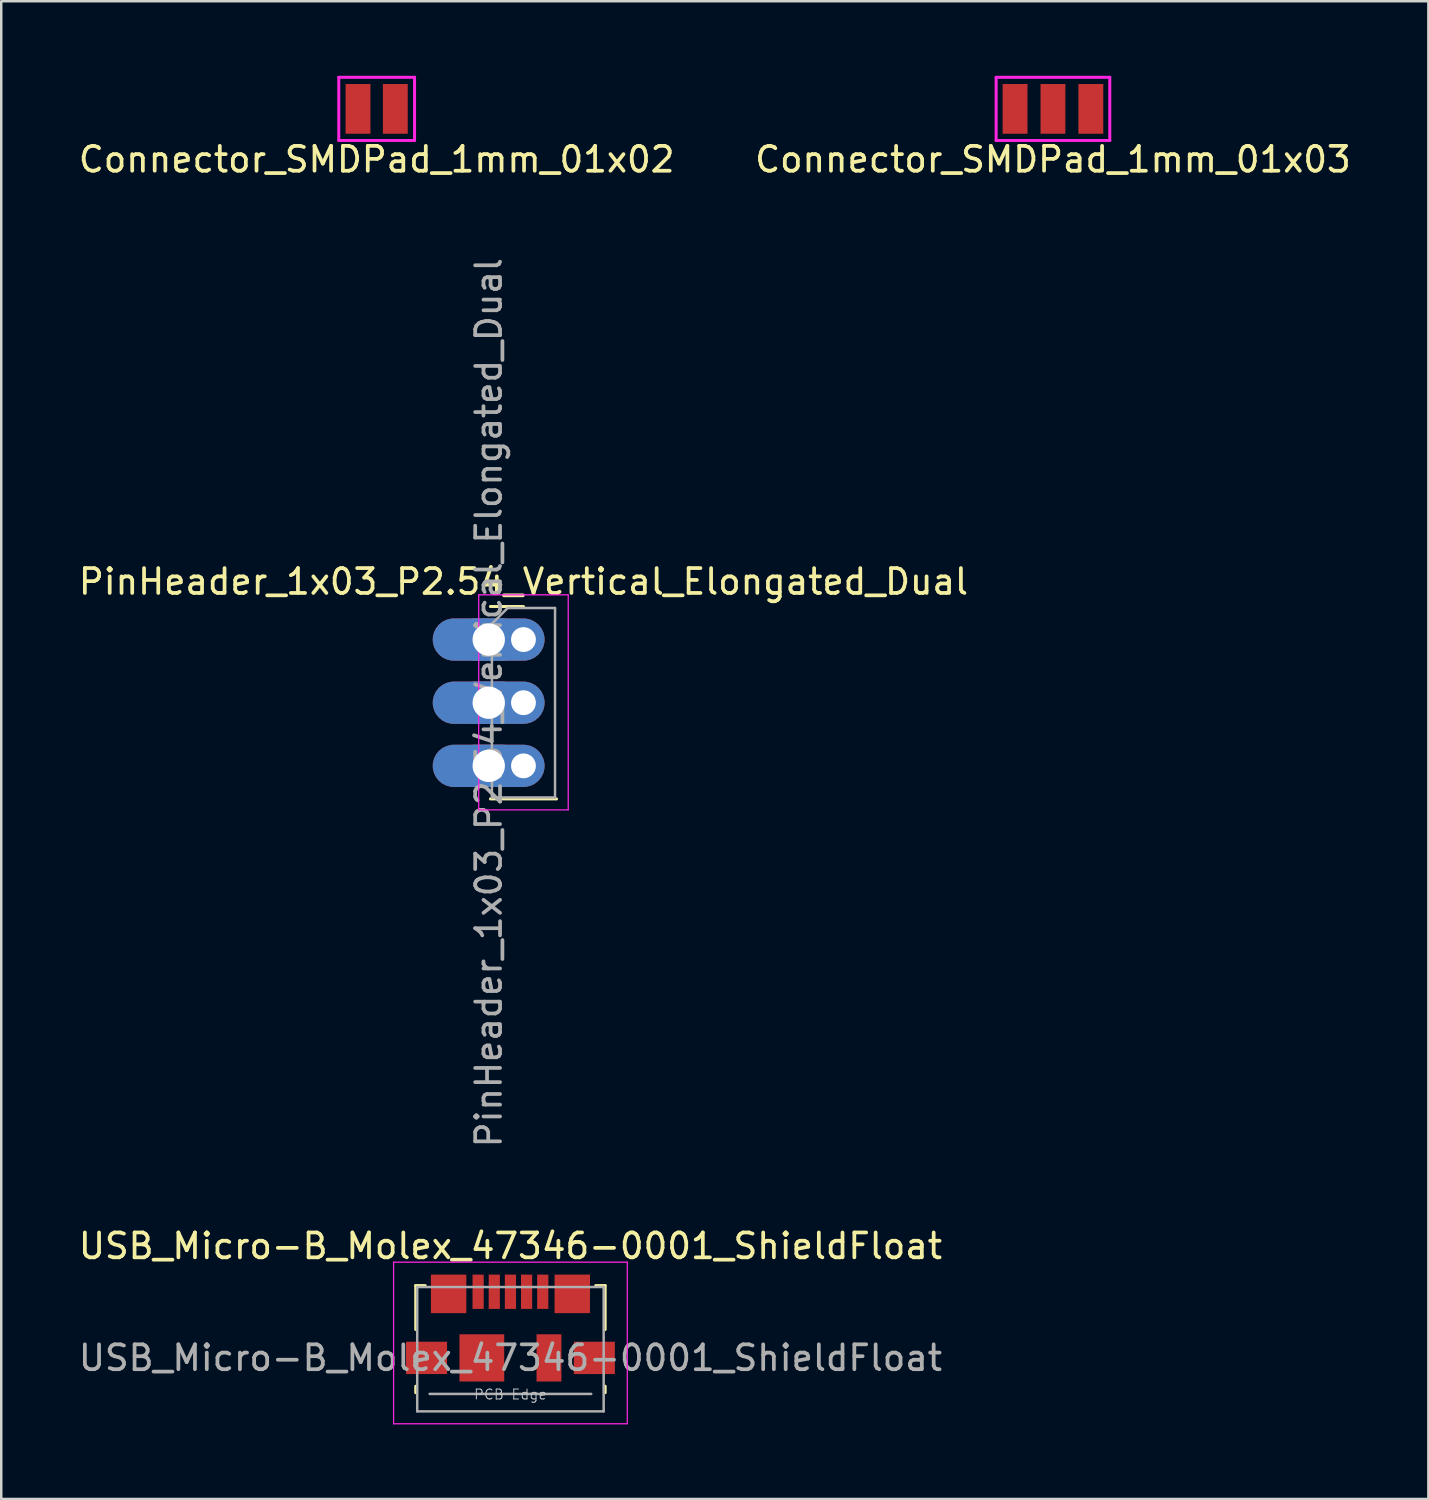
<source format=kicad_pcb>
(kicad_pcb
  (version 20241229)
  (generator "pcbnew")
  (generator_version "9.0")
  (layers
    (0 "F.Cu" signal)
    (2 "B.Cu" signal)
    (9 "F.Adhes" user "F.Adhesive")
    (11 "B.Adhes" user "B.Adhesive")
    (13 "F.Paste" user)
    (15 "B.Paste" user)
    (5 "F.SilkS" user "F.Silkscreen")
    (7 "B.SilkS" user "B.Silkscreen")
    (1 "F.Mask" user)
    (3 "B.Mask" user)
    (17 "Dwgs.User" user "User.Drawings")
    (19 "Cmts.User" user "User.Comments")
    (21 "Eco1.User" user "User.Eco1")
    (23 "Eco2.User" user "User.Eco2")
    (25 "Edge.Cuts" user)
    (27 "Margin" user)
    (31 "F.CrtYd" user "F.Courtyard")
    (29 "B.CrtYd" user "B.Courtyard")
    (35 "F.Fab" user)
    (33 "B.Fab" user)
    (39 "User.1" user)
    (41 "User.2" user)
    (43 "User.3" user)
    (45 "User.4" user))
  (footprint "Connector_SMDPad_1mm_01x03"
    (layer "F.Cu")
    (at 39.304 1.33)
    (property "Reference" "Connector_SMDPad_1mm_01x03" (at 0 2.032 0) (layer "F.SilkS") (effects (font (size 1 1) (thickness 0.15))))
    (attr through_hole)
    (fp_line (start -2.286 -1.27) (end 2.286 -1.27) (stroke (width 0.12) (type solid)) (layer "F.CrtYd"))
    (fp_line (start -2.286 1.27) (end -2.286 -1.27) (stroke (width 0.12) (type solid)) (layer "F.CrtYd"))
    (fp_line (start 2.286 -1.27) (end 2.286 1.27) (stroke (width 0.12) (type solid)) (layer "F.CrtYd"))
    (fp_line (start 2.286 1.27) (end -2.286 1.27) (stroke (width 0.12) (type solid)) (layer "F.CrtYd"))
    (pad "1" smd rect (at -1.524 0) (size 1 2) (layers "F.Cu" "F.Mask" "F.Paste"))
    (pad "2" smd rect (at 0 0) (size 1 2) (layers "F.Cu" "F.Mask" "F.Paste"))
    (pad "3" smd rect (at 1.524 0) (size 1 2) (layers "F.Cu" "F.Mask" "F.Paste")))
  (footprint "PinHeader_1x03_P2.54_Vertical_Elongated_Dual"
    (layer "F.Cu")
    (at 18.006 22.676)
    (property "Reference" "PinHeader_1x03_P2.54_Vertical_Elongated_Dual" (at 0 -2.33 0) (layer "F.SilkS") (effects (font (size 1 1) (thickness 0.15))))
    (attr through_hole)
    (fp_line (start -1.33 -1.33) (end 0 -1.33) (stroke (width 0.12) (type solid)) (layer "F.SilkS"))
    (fp_line (start -1.33 6.41) (end 1.33 6.41) (stroke (width 0.12) (type solid)) (layer "F.SilkS"))
    (fp_line (start -1.8 -1.8) (end -1.8 6.85) (stroke (width 0.05) (type solid)) (layer "F.CrtYd"))
    (fp_line (start -1.8 6.85) (end 1.8 6.85) (stroke (width 0.05) (type solid)) (layer "F.CrtYd"))
    (fp_line (start 1.8 -1.8) (end -1.8 -1.8) (stroke (width 0.05) (type solid)) (layer "F.CrtYd"))
    (fp_line (start 1.8 6.85) (end 1.8 -1.8) (stroke (width 0.05) (type solid)) (layer "F.CrtYd"))
    (fp_line (start -1.27 -0.635) (end -0.635 -1.27) (stroke (width 0.1) (type solid)) (layer "F.Fab"))
    (fp_line (start -1.27 6.35) (end -1.27 -0.635) (stroke (width 0.1) (type solid)) (layer "F.Fab"))
    (fp_line (start -0.635 -1.27) (end 1.27 -1.27) (stroke (width 0.1) (type solid)) (layer "F.Fab"))
    (fp_line (start 1.27 -1.27) (end 1.27 6.35) (stroke (width 0.1) (type solid)) (layer "F.Fab"))
    (fp_line (start 1.27 6.35) (end -1.27 6.35) (stroke (width 0.1) (type solid)) (layer "F.Fab"))
    (fp_text user "${REFERENCE}" (at -1.397 2.54 90) (layer "F.Fab") (effects (font (size 1 1) (thickness 0.15))))
    (pad "1" thru_hole oval (at -1.397 0) (size 2.8 1.7) (drill 1.3) (layers "*.Cu" "*.Mask"))
    (pad "1" thru_hole roundrect (at 0 0) (size 4.5 1.7) (drill 1 (offset -1.4 0)) (layers "*.Cu" "*.Mask") (roundrect_rratio 0.5))
    (pad "2" thru_hole oval (at -1.397 2.54) (size 2.8 1.7) (drill 1.3) (layers "*.Cu" "*.Mask"))
    (pad "2" thru_hole roundrect (at 0 2.54) (size 4.5 1.7) (drill 1 (offset -1.4 0)) (layers "*.Cu" "*.Mask") (roundrect_rratio 0.5))
    (pad "3" thru_hole oval (at -1.397 5.08) (size 2.8 1.7) (drill 1.3) (layers "*.Cu" "*.Mask"))
    (pad "3" thru_hole roundrect (at 0 5.08) (size 4.5 1.7) (drill 1 (offset -1.4 0)) (layers "*.Cu" "*.Mask") (roundrect_rratio 0.5)))
  (footprint "USB_Micro-B_Molex_47346-0001_ShieldFloat"
    (layer "F.Cu")
    (at 17.482 50.37)
    (property "Reference" "USB_Micro-B_Molex_47346-0001_ShieldFloat" (at 0 -3.3 180) (layer "F.SilkS") (effects (font (size 1 1) (thickness 0.15))))
    (attr smd)
    (fp_line (start -3.81 -1.71) (end -3.43 -1.71) (stroke (width 0.12) (type solid)) (layer "F.SilkS"))
    (fp_line (start -3.81 0.06) (end -3.81 -1.71) (stroke (width 0.12) (type solid)) (layer "F.SilkS"))
    (fp_line (start -3.81 2.6) (end -3.81 2.34) (stroke (width 0.12) (type solid)) (layer "F.SilkS"))
    (fp_line (start 3.81 -1.71) (end 3.43 -1.71) (stroke (width 0.12) (type solid)) (layer "F.SilkS"))
    (fp_line (start 3.81 -1.71) (end 3.81 0.06) (stroke (width 0.12) (type solid)) (layer "F.SilkS"))
    (fp_line (start 3.81 2.34) (end 3.81 2.6) (stroke (width 0.12) (type solid)) (layer "F.SilkS"))
    (fp_line (start -4.7 -2.65) (end 4.7 -2.65) (stroke (width 0.05) (type solid)) (layer "F.CrtYd"))
    (fp_line (start -4.7 3.85) (end -4.7 -2.65) (stroke (width 0.05) (type solid)) (layer "F.CrtYd"))
    (fp_line (start 4.7 -2.65) (end 4.7 3.85) (stroke (width 0.05) (type solid)) (layer "F.CrtYd"))
    (fp_line (start 4.7 3.85) (end -4.7 3.85) (stroke (width 0.05) (type solid)) (layer "F.CrtYd"))
    (fp_line (start -3.75 -1.65) (end 3.75 -1.65) (stroke (width 0.1) (type solid)) (layer "F.Fab"))
    (fp_line (start -3.75 3.35) (end -3.75 -1.65) (stroke (width 0.1) (type solid)) (layer "F.Fab"))
    (fp_line (start -3.25 2.65) (end 3.25 2.65) (stroke (width 0.1) (type solid)) (layer "F.Fab"))
    (fp_line (start 3.75 -1.65) (end 3.75 3.35) (stroke (width 0.1) (type solid)) (layer "F.Fab"))
    (fp_line (start 3.75 3.35) (end -3.75 3.35) (stroke (width 0.1) (type solid)) (layer "F.Fab"))
    (fp_text user "PCB Edge" (at 0 2.67 180) (layer "Dwgs.User") (effects (font (size 0.4 0.4) (thickness 0.04))))
    (fp_text user "${REFERENCE}" (at 0 1.2 0) (layer "F.Fab") (effects (font (size 1 1) (thickness 0.15))))
    (pad "" smd rect (at -3.375 1.2) (size 1.65 1.3) (layers "F.Cu" "F.Mask" "F.Paste"))
    (pad "" smd rect (at -2.487 -1.375) (size 1.425 1.55) (layers "F.Cu" "F.Mask" "F.Paste"))
    (pad "" smd rect (at -1.15 1.2) (size 1.8 1.9) (layers "F.Cu" "F.Mask" "F.Paste"))
    (pad "" smd rect (at 1.55 1.2) (size 1 1.9) (layers "F.Cu" "F.Mask" "F.Paste"))
    (pad "" smd rect (at 3.375 1.2) (size 1.65 1.3) (layers "F.Cu" "F.Mask" "F.Paste"))
    (pad "1" smd rect (at -1.3 -1.46) (size 0.45 1.38) (layers "F.Cu" "F.Mask" "F.Paste"))
    (pad "2" smd rect (at -0.65 -1.46) (size 0.45 1.38) (layers "F.Cu" "F.Mask" "F.Paste"))
    (pad "3" smd rect (at 0 -1.46) (size 0.45 1.38) (layers "F.Cu" "F.Mask" "F.Paste"))
    (pad "4" smd rect (at 0.65 -1.46) (size 0.45 1.38) (layers "F.Cu" "F.Mask" "F.Paste"))
    (pad "5" smd rect (at 1.3 -1.46) (size 0.45 1.38) (layers "F.Cu" "F.Mask" "F.Paste"))
    (pad "6" smd rect (at 2.487 -1.375) (size 1.425 1.55) (layers "F.Cu" "F.Mask" "F.Paste")))
  (footprint "Connector_SMDPad_1mm_01x02"
    (layer "F.Cu")
    (at 12.101 1.33)
    (property "Reference" "Connector_SMDPad_1mm_01x02" (at 0 2.032 0) (layer "F.SilkS") (effects (font (size 1 1) (thickness 0.15))))
    (attr through_hole)
    (fp_line (start -1.524 -1.27) (end 1.524 -1.27) (stroke (width 0.12) (type solid)) (layer "F.CrtYd"))
    (fp_line (start -1.524 1.27) (end -1.524 -1.27) (stroke (width 0.12) (type solid)) (layer "F.CrtYd"))
    (fp_line (start 1.524 -1.27) (end 1.524 1.27) (stroke (width 0.12) (type solid)) (layer "F.CrtYd"))
    (fp_line (start 1.524 1.27) (end -1.524 1.27) (stroke (width 0.12) (type solid)) (layer "F.CrtYd"))
    (pad "1" smd rect (at -0.75 0) (size 1 2) (layers "F.Cu" "F.Mask" "F.Paste"))
    (pad "2" smd rect (at 0.75 0) (size 1 2) (layers "F.Cu" "F.Mask" "F.Paste")))
  (gr_rect
    (start -3 -3)
    (end 54.405 57.245)
    (stroke (width 0.1) (type default))
    (fill no)
    (layer "Edge.Cuts")))
</source>
